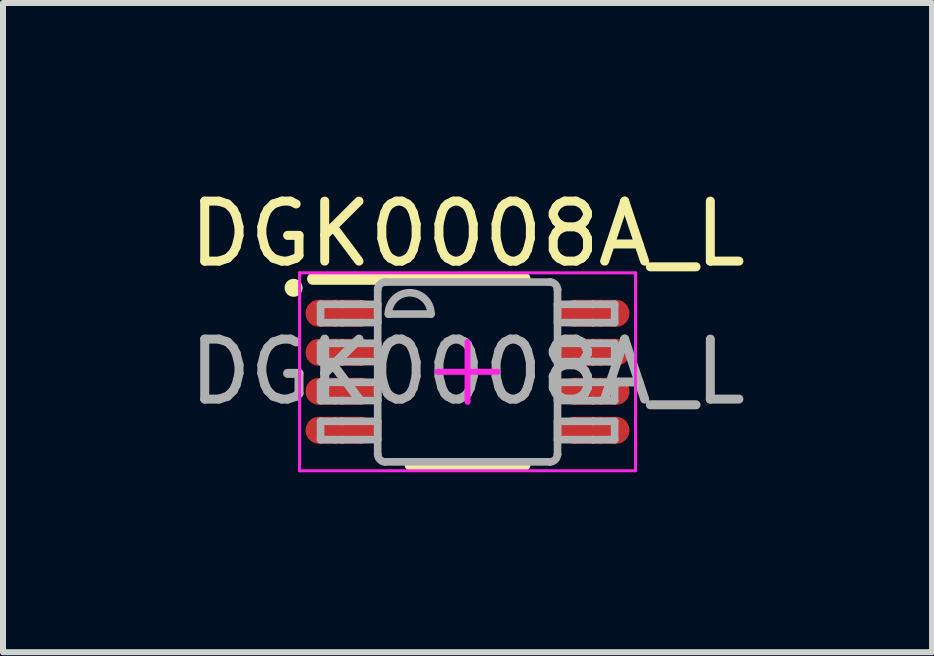
<source format=kicad_pcb>
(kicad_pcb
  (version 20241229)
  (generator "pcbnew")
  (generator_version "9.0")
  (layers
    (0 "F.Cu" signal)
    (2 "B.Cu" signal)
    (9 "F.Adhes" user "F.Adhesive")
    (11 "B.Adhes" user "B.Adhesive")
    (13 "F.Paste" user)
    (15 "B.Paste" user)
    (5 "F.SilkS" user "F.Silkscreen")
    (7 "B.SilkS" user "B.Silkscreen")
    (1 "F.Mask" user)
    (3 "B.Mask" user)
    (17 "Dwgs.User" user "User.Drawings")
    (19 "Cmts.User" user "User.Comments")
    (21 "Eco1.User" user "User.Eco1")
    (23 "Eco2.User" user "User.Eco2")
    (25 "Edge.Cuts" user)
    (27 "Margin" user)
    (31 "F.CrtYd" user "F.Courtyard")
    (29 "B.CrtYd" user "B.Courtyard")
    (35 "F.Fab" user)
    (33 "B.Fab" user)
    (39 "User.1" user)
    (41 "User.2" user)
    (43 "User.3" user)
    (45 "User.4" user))
  (footprint "DGK0008A_L"
    (layer "F.Cu")
    (at 4.744 3.148)
    (property "Reference" "DGK0008A_L" (at 0 -2.3 0) (unlocked yes) (layer "F.SilkS") (effects (font (size 1 1) (thickness 0.15))))
    (attr smd)
    (fp_line (start -2.575 -1.55) (end 0.95 -1.55) (stroke (width 0.2) (type solid)) (layer "F.SilkS"))
    (fp_line (start -0.95 1.55) (end 0.95 1.55) (stroke (width 0.2) (type solid)) (layer "F.SilkS"))
    (fp_circle (center -2.9 -1.4) (end -2.8 -1.4) (stroke (width 0.1) (type solid)) (fill yes) (layer "F.SilkS"))
    (fp_line (start -2.8 -1.65) (end 2.8 -1.65) (stroke (width 0.05) (type solid)) (layer "F.CrtYd"))
    (fp_line (start -2.8 1.65) (end -2.8 -1.65) (stroke (width 0.05) (type solid)) (layer "F.CrtYd"))
    (fp_line (start -2.8 1.65) (end 2.8 1.65) (stroke (width 0.05) (type solid)) (layer "F.CrtYd"))
    (fp_line (start -0.5 0) (end 0.5 0) (stroke (width 0.1) (type solid)) (layer "F.CrtYd"))
    (fp_line (start -0.000003 0.5) (end -0.000003 -0.5) (stroke (width 0.1) (type solid)) (layer "F.CrtYd"))
    (fp_line (start 2.8 1.65) (end 2.8 -1.65) (stroke (width 0.05) (type solid)) (layer "F.CrtYd"))
    (fp_line (start -2.45 -1.125) (end -2.21 -1.125) (stroke (width 0.127) (type solid)) (layer "F.Fab"))
    (fp_line (start -2.45 -0.82) (end -2.45 -1.125) (stroke (width 0.127) (type solid)) (layer "F.Fab"))
    (fp_line (start -2.45 -0.82) (end -2.21 -0.82) (stroke (width 0.127) (type solid)) (layer "F.Fab"))
    (fp_line (start -2.45 -0.475) (end -2.21 -0.475) (stroke (width 0.127) (type solid)) (layer "F.Fab"))
    (fp_line (start -2.45 -0.17) (end -2.45 -0.475) (stroke (width 0.127) (type solid)) (layer "F.Fab"))
    (fp_line (start -2.45 -0.17) (end -2.21 -0.17) (stroke (width 0.127) (type solid)) (layer "F.Fab"))
    (fp_line (start -2.45 0.175) (end -2.21 0.175) (stroke (width 0.127) (type solid)) (layer "F.Fab"))
    (fp_line (start -2.45 0.48) (end -2.45 0.175) (stroke (width 0.127) (type solid)) (layer "F.Fab"))
    (fp_line (start -2.45 0.48) (end -2.21 0.48) (stroke (width 0.127) (type solid)) (layer "F.Fab"))
    (fp_line (start -2.45 0.826) (end -2.21 0.826) (stroke (width 0.127) (type solid)) (layer "F.Fab"))
    (fp_line (start -2.45 1.131) (end -2.45 0.826) (stroke (width 0.127) (type solid)) (layer "F.Fab"))
    (fp_line (start -2.45 1.131) (end -2.21 1.131) (stroke (width 0.127) (type solid)) (layer "F.Fab"))
    (fp_line (start -2.21 -1.125) (end -2.091 -1.125) (stroke (width 0.127) (type solid)) (layer "F.Fab"))
    (fp_line (start -2.21 -0.82) (end -2.091 -0.82) (stroke (width 0.127) (type solid)) (layer "F.Fab"))
    (fp_line (start -2.21 -0.475) (end -2.091 -0.475) (stroke (width 0.127) (type solid)) (layer "F.Fab"))
    (fp_line (start -2.21 -0.17) (end -2.091 -0.17) (stroke (width 0.127) (type solid)) (layer "F.Fab"))
    (fp_line (start -2.21 0.175) (end -2.091 0.175) (stroke (width 0.127) (type solid)) (layer "F.Fab"))
    (fp_line (start -2.21 0.48) (end -2.091 0.48) (stroke (width 0.127) (type solid)) (layer "F.Fab"))
    (fp_line (start -2.21 0.826) (end -2.091 0.826) (stroke (width 0.127) (type solid)) (layer "F.Fab"))
    (fp_line (start -2.21 1.131) (end -2.091 1.131) (stroke (width 0.127) (type solid)) (layer "F.Fab"))
    (fp_line (start -2.091 -1.125) (end -2.087 -1.125) (stroke (width 0.127) (type solid)) (layer "F.Fab"))
    (fp_line (start -2.091 -0.82) (end -2.087 -0.82) (stroke (width 0.127) (type solid)) (layer "F.Fab"))
    (fp_line (start -2.091 -0.475) (end -2.087 -0.475) (stroke (width 0.127) (type solid)) (layer "F.Fab"))
    (fp_line (start -2.091 -0.17) (end -2.087 -0.17) (stroke (width 0.127) (type solid)) (layer "F.Fab"))
    (fp_line (start -2.091 0.175) (end -2.087 0.175) (stroke (width 0.127) (type solid)) (layer "F.Fab"))
    (fp_line (start -2.091 0.48) (end -2.087 0.48) (stroke (width 0.127) (type solid)) (layer "F.Fab"))
    (fp_line (start -2.091 0.826) (end -2.087 0.826) (stroke (width 0.127) (type solid)) (layer "F.Fab"))
    (fp_line (start -2.091 1.131) (end -2.087 1.131) (stroke (width 0.127) (type solid)) (layer "F.Fab"))
    (fp_line (start -2.087 -1.125) (end -1.784 -1.125) (stroke (width 0.127) (type solid)) (layer "F.Fab"))
    (fp_line (start -2.087 -0.82) (end -1.784 -0.82) (stroke (width 0.127) (type solid)) (layer "F.Fab"))
    (fp_line (start -2.087 -0.475) (end -1.784 -0.475) (stroke (width 0.127) (type solid)) (layer "F.Fab"))
    (fp_line (start -2.087 -0.17) (end -1.784 -0.17) (stroke (width 0.127) (type solid)) (layer "F.Fab"))
    (fp_line (start -2.087 0.175) (end -1.784 0.175) (stroke (width 0.127) (type solid)) (layer "F.Fab"))
    (fp_line (start -2.087 0.48) (end -1.784 0.48) (stroke (width 0.127) (type solid)) (layer "F.Fab"))
    (fp_line (start -2.087 0.826) (end -1.784 0.826) (stroke (width 0.127) (type solid)) (layer "F.Fab"))
    (fp_line (start -2.087 1.131) (end -1.784 1.131) (stroke (width 0.127) (type solid)) (layer "F.Fab"))
    (fp_line (start -1.784 -1.125) (end -1.498 -1.125) (stroke (width 0.127) (type solid)) (layer "F.Fab"))
    (fp_line (start -1.784 -0.82) (end -1.498 -0.82) (stroke (width 0.127) (type solid)) (layer "F.Fab"))
    (fp_line (start -1.784 -0.475) (end -1.498 -0.475) (stroke (width 0.127) (type solid)) (layer "F.Fab"))
    (fp_line (start -1.784 -0.17) (end -1.498 -0.17) (stroke (width 0.127) (type solid)) (layer "F.Fab"))
    (fp_line (start -1.784 0.175) (end -1.498 0.175) (stroke (width 0.127) (type solid)) (layer "F.Fab"))
    (fp_line (start -1.784 0.48) (end -1.498 0.48) (stroke (width 0.127) (type solid)) (layer "F.Fab"))
    (fp_line (start -1.784 0.826) (end -1.498 0.826) (stroke (width 0.127) (type solid)) (layer "F.Fab"))
    (fp_line (start -1.784 1.131) (end -1.498 1.131) (stroke (width 0.127) (type solid)) (layer "F.Fab"))
    (fp_line (start -1.498 -1.369) (end -1.497 -1.372) (stroke (width 0.127) (type solid)) (layer "F.Fab"))
    (fp_line (start -1.498 -0.82) (end -1.498 -1.125) (stroke (width 0.127) (type solid)) (layer "F.Fab"))
    (fp_line (start -1.498 -0.17) (end -1.498 -0.475) (stroke (width 0.127) (type solid)) (layer "F.Fab"))
    (fp_line (start -1.498 0.48) (end -1.498 0.175) (stroke (width 0.127) (type solid)) (layer "F.Fab"))
    (fp_line (start -1.498 1.131) (end -1.498 0.826) (stroke (width 0.127) (type solid)) (layer "F.Fab"))
    (fp_line (start -1.498 1.374) (end -1.498 -1.369) (stroke (width 0.127) (type solid)) (layer "F.Fab"))
    (fp_line (start -1.498 1.374) (end -1.497 1.377) (stroke (width 0.127) (type solid)) (layer "F.Fab"))
    (fp_line (start -1.373 -1.496) (end -1.371 -1.496) (stroke (width 0.127) (type solid)) (layer "F.Fab"))
    (fp_line (start -1.373 1.501) (end -1.371 1.501) (stroke (width 0.127) (type solid)) (layer "F.Fab"))
    (fp_line (start -1.371 -1.496) (end 1.373 -1.496) (stroke (width 0.127) (type solid)) (layer "F.Fab"))
    (fp_line (start -1.371 1.501) (end 1.373 1.501) (stroke (width 0.127) (type solid)) (layer "F.Fab"))
    (fp_line (start -1.32 -0.962) (end -0.609 -0.962) (stroke (width 0.127) (type solid)) (layer "F.Fab"))
    (fp_line (start 1.373 -1.496) (end 1.375 -1.496) (stroke (width 0.127) (type solid)) (layer "F.Fab"))
    (fp_line (start 1.373 1.501) (end 1.375 1.501) (stroke (width 0.127) (type solid)) (layer "F.Fab"))
    (fp_line (start 1.5 -1.372) (end 1.5 -1.369) (stroke (width 0.127) (type solid)) (layer "F.Fab"))
    (fp_line (start 1.5 1.377) (end 1.5 1.374) (stroke (width 0.127) (type solid)) (layer "F.Fab"))
    (fp_line (start 1.5 -1.125) (end 1.786 -1.125) (stroke (width 0.127) (type solid)) (layer "F.Fab"))
    (fp_line (start 1.5 -0.82) (end 1.5 -1.125) (stroke (width 0.127) (type solid)) (layer "F.Fab"))
    (fp_line (start 1.5 -0.82) (end 1.786 -0.82) (stroke (width 0.127) (type solid)) (layer "F.Fab"))
    (fp_line (start 1.5 -0.475) (end 1.786 -0.475) (stroke (width 0.127) (type solid)) (layer "F.Fab"))
    (fp_line (start 1.5 -0.17) (end 1.5 -0.475) (stroke (width 0.127) (type solid)) (layer "F.Fab"))
    (fp_line (start 1.5 -0.17) (end 1.786 -0.17) (stroke (width 0.127) (type solid)) (layer "F.Fab"))
    (fp_line (start 1.5 0.175) (end 1.786 0.175) (stroke (width 0.127) (type solid)) (layer "F.Fab"))
    (fp_line (start 1.5 0.48) (end 1.5 0.175) (stroke (width 0.127) (type solid)) (layer "F.Fab"))
    (fp_line (start 1.5 0.48) (end 1.786 0.48) (stroke (width 0.127) (type solid)) (layer "F.Fab"))
    (fp_line (start 1.5 0.826) (end 1.786 0.826) (stroke (width 0.127) (type solid)) (layer "F.Fab"))
    (fp_line (start 1.5 1.131) (end 1.5 0.826) (stroke (width 0.127) (type solid)) (layer "F.Fab"))
    (fp_line (start 1.5 1.131) (end 1.786 1.131) (stroke (width 0.127) (type solid)) (layer "F.Fab"))
    (fp_line (start 1.5 1.374) (end 1.5 -1.369) (stroke (width 0.127) (type solid)) (layer "F.Fab"))
    (fp_line (start 1.786 -1.125) (end 2.089 -1.125) (stroke (width 0.127) (type solid)) (layer "F.Fab"))
    (fp_line (start 1.786 -0.82) (end 2.089 -0.82) (stroke (width 0.127) (type solid)) (layer "F.Fab"))
    (fp_line (start 1.786 -0.475) (end 2.089 -0.475) (stroke (width 0.127) (type solid)) (layer "F.Fab"))
    (fp_line (start 1.786 -0.17) (end 2.089 -0.17) (stroke (width 0.127) (type solid)) (layer "F.Fab"))
    (fp_line (start 1.786 0.175) (end 2.089 0.175) (stroke (width 0.127) (type solid)) (layer "F.Fab"))
    (fp_line (start 1.786 0.48) (end 2.089 0.48) (stroke (width 0.127) (type solid)) (layer "F.Fab"))
    (fp_line (start 1.786 0.826) (end 2.089 0.826) (stroke (width 0.127) (type solid)) (layer "F.Fab"))
    (fp_line (start 1.786 1.131) (end 2.089 1.131) (stroke (width 0.127) (type solid)) (layer "F.Fab"))
    (fp_line (start 2.089 -1.125) (end 2.093 -1.125) (stroke (width 0.127) (type solid)) (layer "F.Fab"))
    (fp_line (start 2.089 -0.82) (end 2.093 -0.82) (stroke (width 0.127) (type solid)) (layer "F.Fab"))
    (fp_line (start 2.089 -0.475) (end 2.093 -0.475) (stroke (width 0.127) (type solid)) (layer "F.Fab"))
    (fp_line (start 2.089 -0.17) (end 2.093 -0.17) (stroke (width 0.127) (type solid)) (layer "F.Fab"))
    (fp_line (start 2.089 0.175) (end 2.093 0.175) (stroke (width 0.127) (type solid)) (layer "F.Fab"))
    (fp_line (start 2.089 0.48) (end 2.093 0.48) (stroke (width 0.127) (type solid)) (layer "F.Fab"))
    (fp_line (start 2.089 0.826) (end 2.093 0.826) (stroke (width 0.127) (type solid)) (layer "F.Fab"))
    (fp_line (start 2.089 1.131) (end 2.093 1.131) (stroke (width 0.127) (type solid)) (layer "F.Fab"))
    (fp_line (start 2.093 -1.125) (end 2.213 -1.125) (stroke (width 0.127) (type solid)) (layer "F.Fab"))
    (fp_line (start 2.093 -0.82) (end 2.213 -0.82) (stroke (width 0.127) (type solid)) (layer "F.Fab"))
    (fp_line (start 2.093 -0.475) (end 2.213 -0.475) (stroke (width 0.127) (type solid)) (layer "F.Fab"))
    (fp_line (start 2.093 -0.17) (end 2.213 -0.17) (stroke (width 0.127) (type solid)) (layer "F.Fab"))
    (fp_line (start 2.093 0.175) (end 2.213 0.175) (stroke (width 0.127) (type solid)) (layer "F.Fab"))
    (fp_line (start 2.093 0.48) (end 2.213 0.48) (stroke (width 0.127) (type solid)) (layer "F.Fab"))
    (fp_line (start 2.093 0.826) (end 2.213 0.826) (stroke (width 0.127) (type solid)) (layer "F.Fab"))
    (fp_line (start 2.093 1.131) (end 2.213 1.131) (stroke (width 0.127) (type solid)) (layer "F.Fab"))
    (fp_line (start 2.213 -1.125) (end 2.452 -1.125) (stroke (width 0.127) (type solid)) (layer "F.Fab"))
    (fp_line (start 2.213 -0.82) (end 2.452 -0.82) (stroke (width 0.127) (type solid)) (layer "F.Fab"))
    (fp_line (start 2.213 -0.475) (end 2.452 -0.475) (stroke (width 0.127) (type solid)) (layer "F.Fab"))
    (fp_line (start 2.213 -0.17) (end 2.452 -0.17) (stroke (width 0.127) (type solid)) (layer "F.Fab"))
    (fp_line (start 2.213 0.175) (end 2.452 0.175) (stroke (width 0.127) (type solid)) (layer "F.Fab"))
    (fp_line (start 2.213 0.48) (end 2.452 0.48) (stroke (width 0.127) (type solid)) (layer "F.Fab"))
    (fp_line (start 2.213 0.826) (end 2.452 0.826) (stroke (width 0.127) (type solid)) (layer "F.Fab"))
    (fp_line (start 2.213 1.131) (end 2.452 1.131) (stroke (width 0.127) (type solid)) (layer "F.Fab"))
    (fp_line (start 2.452 -0.82) (end 2.452 -1.125) (stroke (width 0.127) (type solid)) (layer "F.Fab"))
    (fp_line (start 2.452 -0.17) (end 2.452 -0.475) (stroke (width 0.127) (type solid)) (layer "F.Fab"))
    (fp_line (start 2.452 0.48) (end 2.452 0.175) (stroke (width 0.127) (type solid)) (layer "F.Fab"))
    (fp_line (start 2.452 1.131) (end 2.452 0.826) (stroke (width 0.127) (type solid)) (layer "F.Fab"))
    (fp_arc (start -1.497476 -1.371582) (mid -1.460306 -1.458644) (end -1.373243 -1.495814) (stroke (width 0.127) (type solid)) (layer "F.Fab"))
    (fp_arc (start -1.373243 1.501336) (mid -1.460306 1.464166) (end -1.497476 1.377104) (stroke (width 0.127) (type solid)) (layer "F.Fab"))
    (fp_arc (start -1.3197 -0.962439) (mid -0.9641 -1.318039) (end -0.6085 -0.962439) (stroke (width 0.127) (type solid)) (layer "F.Fab"))
    (fp_arc (start 1.375443 -1.495814) (mid 1.462505 -1.458644) (end 1.499675 -1.371582) (stroke (width 0.127) (type solid)) (layer "F.Fab"))
    (fp_arc (start 1.499675 1.377104) (mid 1.462505 1.464166) (end 1.375443 1.501336) (stroke (width 0.127) (type solid)) (layer "F.Fab"))
    (fp_text user "${REFERENCE}" (at 0 0 0) (unlocked yes) (layer "F.Fab") (effects (font (size 1 1) (thickness 0.15))))
    (pad "1" smd oval (at -2.125 -0.975 90) (size 0.45 1.15) (layers "F.Cu" "F.Mask" "F.Paste"))
    (pad "2" smd oval (at -2.125 -0.325 90) (size 0.45 1.15) (layers "F.Cu" "F.Mask" "F.Paste"))
    (pad "3" smd oval (at -2.125 0.325 90) (size 0.45 1.15) (layers "F.Cu" "F.Mask" "F.Paste"))
    (pad "4" smd oval (at -2.125 0.975 90) (size 0.45 1.15) (layers "F.Cu" "F.Mask" "F.Paste"))
    (pad "5" smd oval (at 2.125 0.975 90) (size 0.45 1.15) (layers "F.Cu" "F.Mask" "F.Paste"))
    (pad "6" smd oval (at 2.125 0.325 90) (size 0.45 1.15) (layers "F.Cu" "F.Mask" "F.Paste"))
    (pad "7" smd oval (at 2.125 -0.325 90) (size 0.45 1.15) (layers "F.Cu" "F.Mask" "F.Paste"))
    (pad "8" smd oval (at 2.125 -0.975 90) (size 0.45 1.15) (layers "F.Cu" "F.Mask" "F.Paste")))
  (gr_rect
    (start -3 -3)
    (end 12.488 7.823)
    (stroke (width 0.1) (type default))
    (fill no)
    (layer "Edge.Cuts")))
</source>
